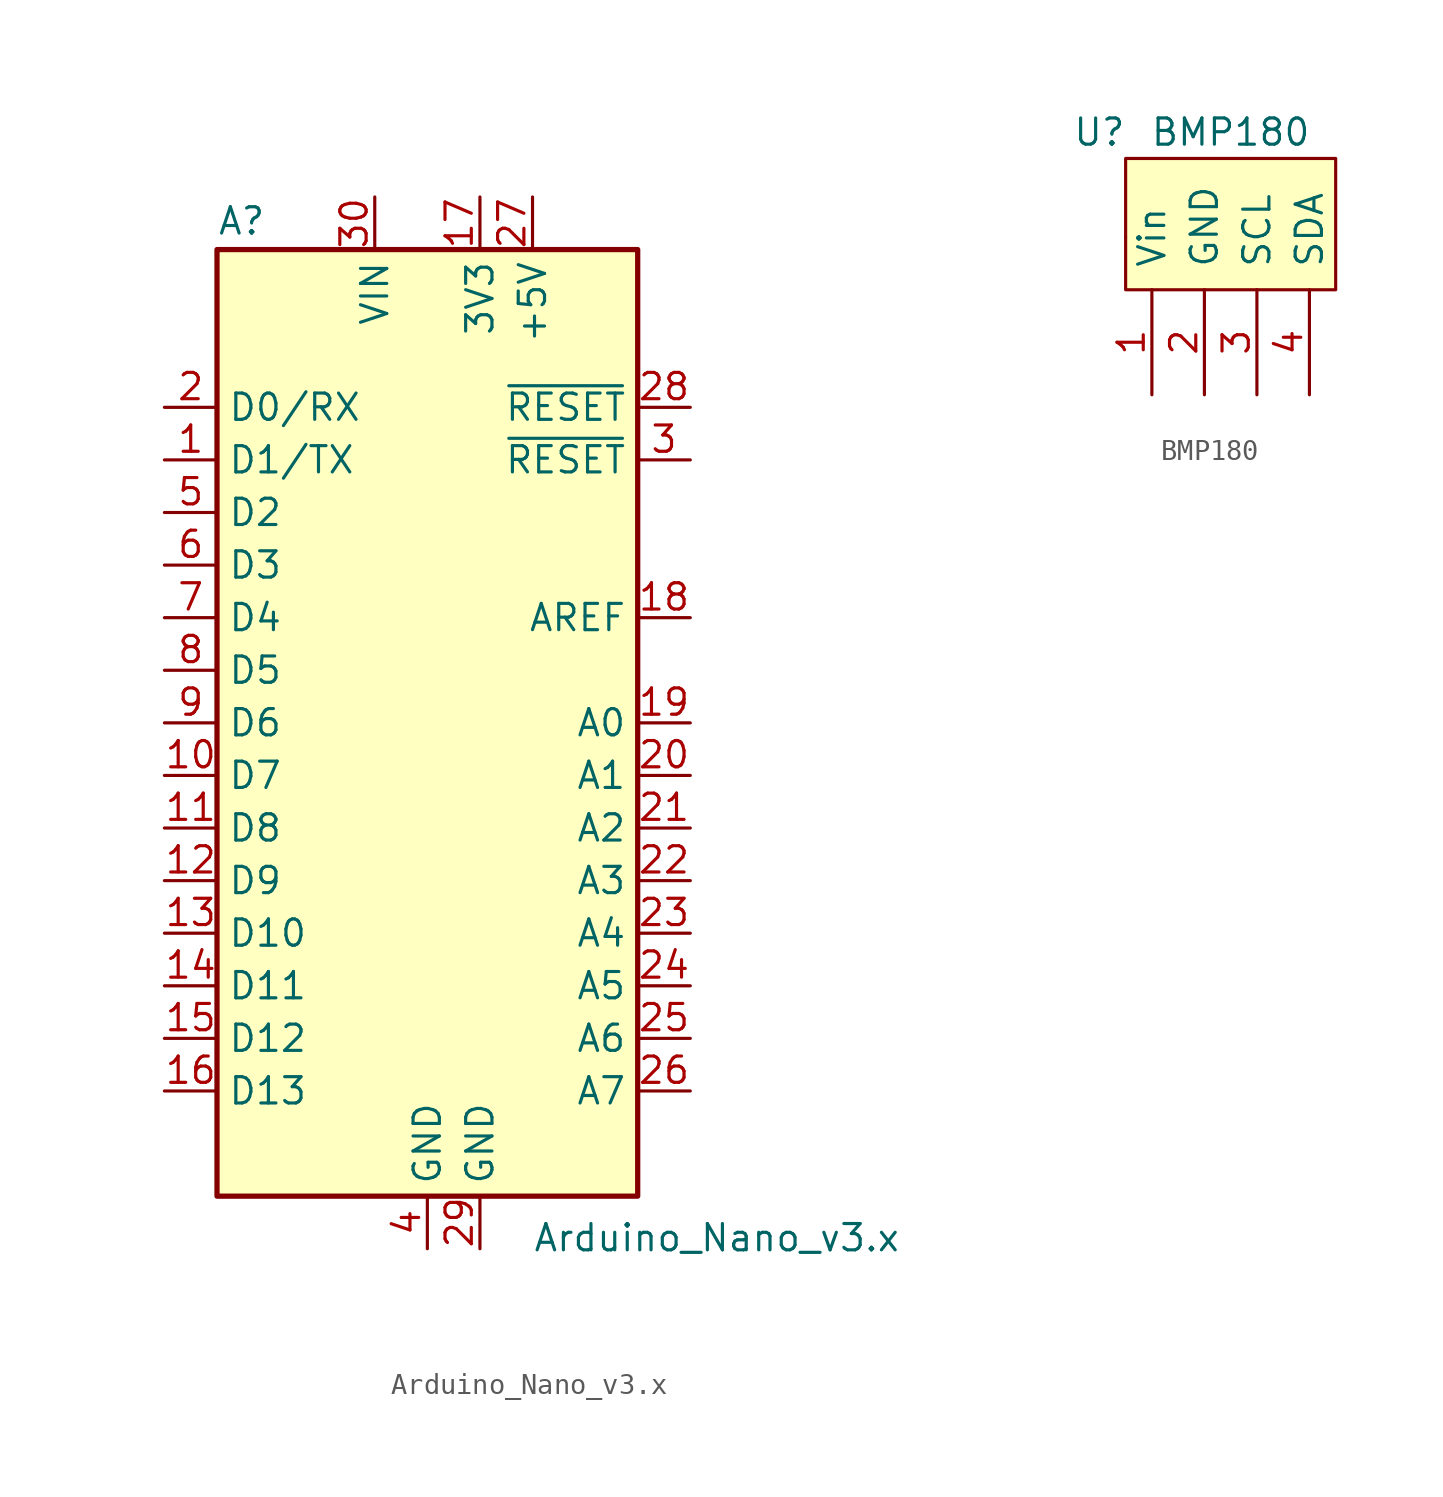
<source format=kicad_sym>
(kicad_symbol_lib
  (version 20220914)
  (generator kicad_symbol_editor)
  (symbol "Arduino_Nano_v3.x"
    (property "Reference" "A"
      (at -10.16 23.495 0)
      (effects (font (size 1.27 1.27)) (justify left bottom)))
    (property "Value" "Arduino_Nano_v3.x"
      (at 5.08 -24.13 0)
      (effects (font (size 1.27 1.27)) (justify left top)))
    (symbol "Arduino_Nano_v3.x_0_1"
      (rectangle (start -10.16 22.86) (end 10.16 -22.86) (stroke (width 0.254) (type default)) (fill (type background))))
    (symbol "Arduino_Nano_v3.x_1_1"
      (pin bidirectional line (at -12.7 12.7 0) (length 2.54) (name "D1/TX" (effects (font (size 1.27 1.27)))) (number "1" (effects (font (size 1.27 1.27)))))
      (pin bidirectional line (at -12.7 -2.54 0) (length 2.54) (name "D7" (effects (font (size 1.27 1.27)))) (number "10" (effects (font (size 1.27 1.27)))))
      (pin bidirectional line (at -12.7 -5.08 0) (length 2.54) (name "D8" (effects (font (size 1.27 1.27)))) (number "11" (effects (font (size 1.27 1.27)))))
      (pin bidirectional line (at -12.7 -7.62 0) (length 2.54) (name "D9" (effects (font (size 1.27 1.27)))) (number "12" (effects (font (size 1.27 1.27)))))
      (pin bidirectional line (at -12.7 -10.16 0) (length 2.54) (name "D10" (effects (font (size 1.27 1.27)))) (number "13" (effects (font (size 1.27 1.27)))))
      (pin bidirectional line (at -12.7 -12.7 0) (length 2.54) (name "D11" (effects (font (size 1.27 1.27)))) (number "14" (effects (font (size 1.27 1.27)))))
      (pin bidirectional line (at -12.7 -15.24 0) (length 2.54) (name "D12" (effects (font (size 1.27 1.27)))) (number "15" (effects (font (size 1.27 1.27)))))
      (pin bidirectional line (at -12.7 -17.78 0) (length 2.54) (name "D13" (effects (font (size 1.27 1.27)))) (number "16" (effects (font (size 1.27 1.27)))))
      (pin power_out line (at 2.54 25.4 270) (length 2.54) (name "3V3" (effects (font (size 1.27 1.27)))) (number "17" (effects (font (size 1.27 1.27)))))
      (pin input line (at 12.7 5.08 180) (length 2.54) (name "AREF" (effects (font (size 1.27 1.27)))) (number "18" (effects (font (size 1.27 1.27)))))
      (pin bidirectional line (at 12.7 0 180) (length 2.54) (name "A0" (effects (font (size 1.27 1.27)))) (number "19" (effects (font (size 1.27 1.27)))))
      (pin bidirectional line (at -12.7 15.24 0) (length 2.54) (name "D0/RX" (effects (font (size 1.27 1.27)))) (number "2" (effects (font (size 1.27 1.27)))))
      (pin bidirectional line (at 12.7 -2.54 180) (length 2.54) (name "A1" (effects (font (size 1.27 1.27)))) (number "20" (effects (font (size 1.27 1.27)))))
      (pin bidirectional line (at 12.7 -5.08 180) (length 2.54) (name "A2" (effects (font (size 1.27 1.27)))) (number "21" (effects (font (size 1.27 1.27)))))
      (pin bidirectional line (at 12.7 -7.62 180) (length 2.54) (name "A3" (effects (font (size 1.27 1.27)))) (number "22" (effects (font (size 1.27 1.27)))))
      (pin bidirectional line (at 12.7 -10.16 180) (length 2.54) (name "A4" (effects (font (size 1.27 1.27)))) (number "23" (effects (font (size 1.27 1.27)))))
      (pin bidirectional line (at 12.7 -12.7 180) (length 2.54) (name "A5" (effects (font (size 1.27 1.27)))) (number "24" (effects (font (size 1.27 1.27)))))
      (pin bidirectional line (at 12.7 -15.24 180) (length 2.54) (name "A6" (effects (font (size 1.27 1.27)))) (number "25" (effects (font (size 1.27 1.27)))))
      (pin bidirectional line (at 12.7 -17.78 180) (length 2.54) (name "A7" (effects (font (size 1.27 1.27)))) (number "26" (effects (font (size 1.27 1.27)))))
      (pin power_in line (at 5.08 25.4 270) (length 2.54) (name "+5V" (effects (font (size 1.27 1.27)))) (number "27" (effects (font (size 1.27 1.27)))))
      (pin input line (at 12.7 15.24 180) (length 2.54) (name "~{RESET}" (effects (font (size 1.27 1.27)))) (number "28" (effects (font (size 1.27 1.27)))))
      (pin power_in line (at 2.54 -25.4 90) (length 2.54) (name "GND" (effects (font (size 1.27 1.27)))) (number "29" (effects (font (size 1.27 1.27)))))
      (pin input line (at 12.7 12.7 180) (length 2.54) (name "~{RESET}" (effects (font (size 1.27 1.27)))) (number "3" (effects (font (size 1.27 1.27)))))
      (pin power_in line (at -2.54 25.4 270) (length 2.54) (name "VIN" (effects (font (size 1.27 1.27)))) (number "30" (effects (font (size 1.27 1.27)))))
      (pin power_in line (at 0 -25.4 90) (length 2.54) (name "GND" (effects (font (size 1.27 1.27)))) (number "4" (effects (font (size 1.27 1.27)))))
      (pin bidirectional line (at -12.7 10.16 0) (length 2.54) (name "D2" (effects (font (size 1.27 1.27)))) (number "5" (effects (font (size 1.27 1.27)))))
      (pin bidirectional line (at -12.7 7.62 0) (length 2.54) (name "D3" (effects (font (size 1.27 1.27)))) (number "6" (effects (font (size 1.27 1.27)))))
      (pin bidirectional line (at -12.7 5.08 0) (length 2.54) (name "D4" (effects (font (size 1.27 1.27)))) (number "7" (effects (font (size 1.27 1.27)))))
      (pin bidirectional line (at -12.7 2.54 0) (length 2.54) (name "D5" (effects (font (size 1.27 1.27)))) (number "8" (effects (font (size 1.27 1.27)))))
      (pin bidirectional line (at -12.7 0 0) (length 2.54) (name "D6" (effects (font (size 1.27 1.27)))) (number "9" (effects (font (size 1.27 1.27)))))))
  (symbol "BMP180"
    (pin_names
      (offset 1.016))
    (property "Reference" "U"
      (at -5.08 6.35 0)
      (effects (font (size 1.27 1.27))))
    (property "Value" "BMP180"
      (at 1.27 6.35 0)
      (effects (font (size 1.27 1.27))))
    (symbol "BMP180_0_1"
      (rectangle (start -3.81 1.27) (end -3.81 1.27) (stroke (width 0) (type default)) (fill (type none)))
      (rectangle (start -3.81 5.08) (end 6.35 -1.27) (stroke (width 0) (type default)) (fill (type background))))
    (symbol "BMP180_1_1"
      (pin power_in line (at -2.54 -6.35 90) (length 5.08) (name "Vin" (effects (font (size 1.27 1.27)))) (number "1" (effects (font (size 1.27 1.27)))))
      (pin power_in line (at 0 -6.35 90) (length 5.08) (name "GND" (effects (font (size 1.27 1.27)))) (number "2" (effects (font (size 1.27 1.27)))))
      (pin input line (at 2.54 -6.35 90) (length 5.08) (name "SCL" (effects (font (size 1.27 1.27)))) (number "3" (effects (font (size 1.27 1.27)))))
      (pin bidirectional line (at 5.08 -6.35 90) (length 5.08) (name "SDA" (effects (font (size 1.27 1.27)))) (number "4" (effects (font (size 1.27 1.27))))))))
</source>
